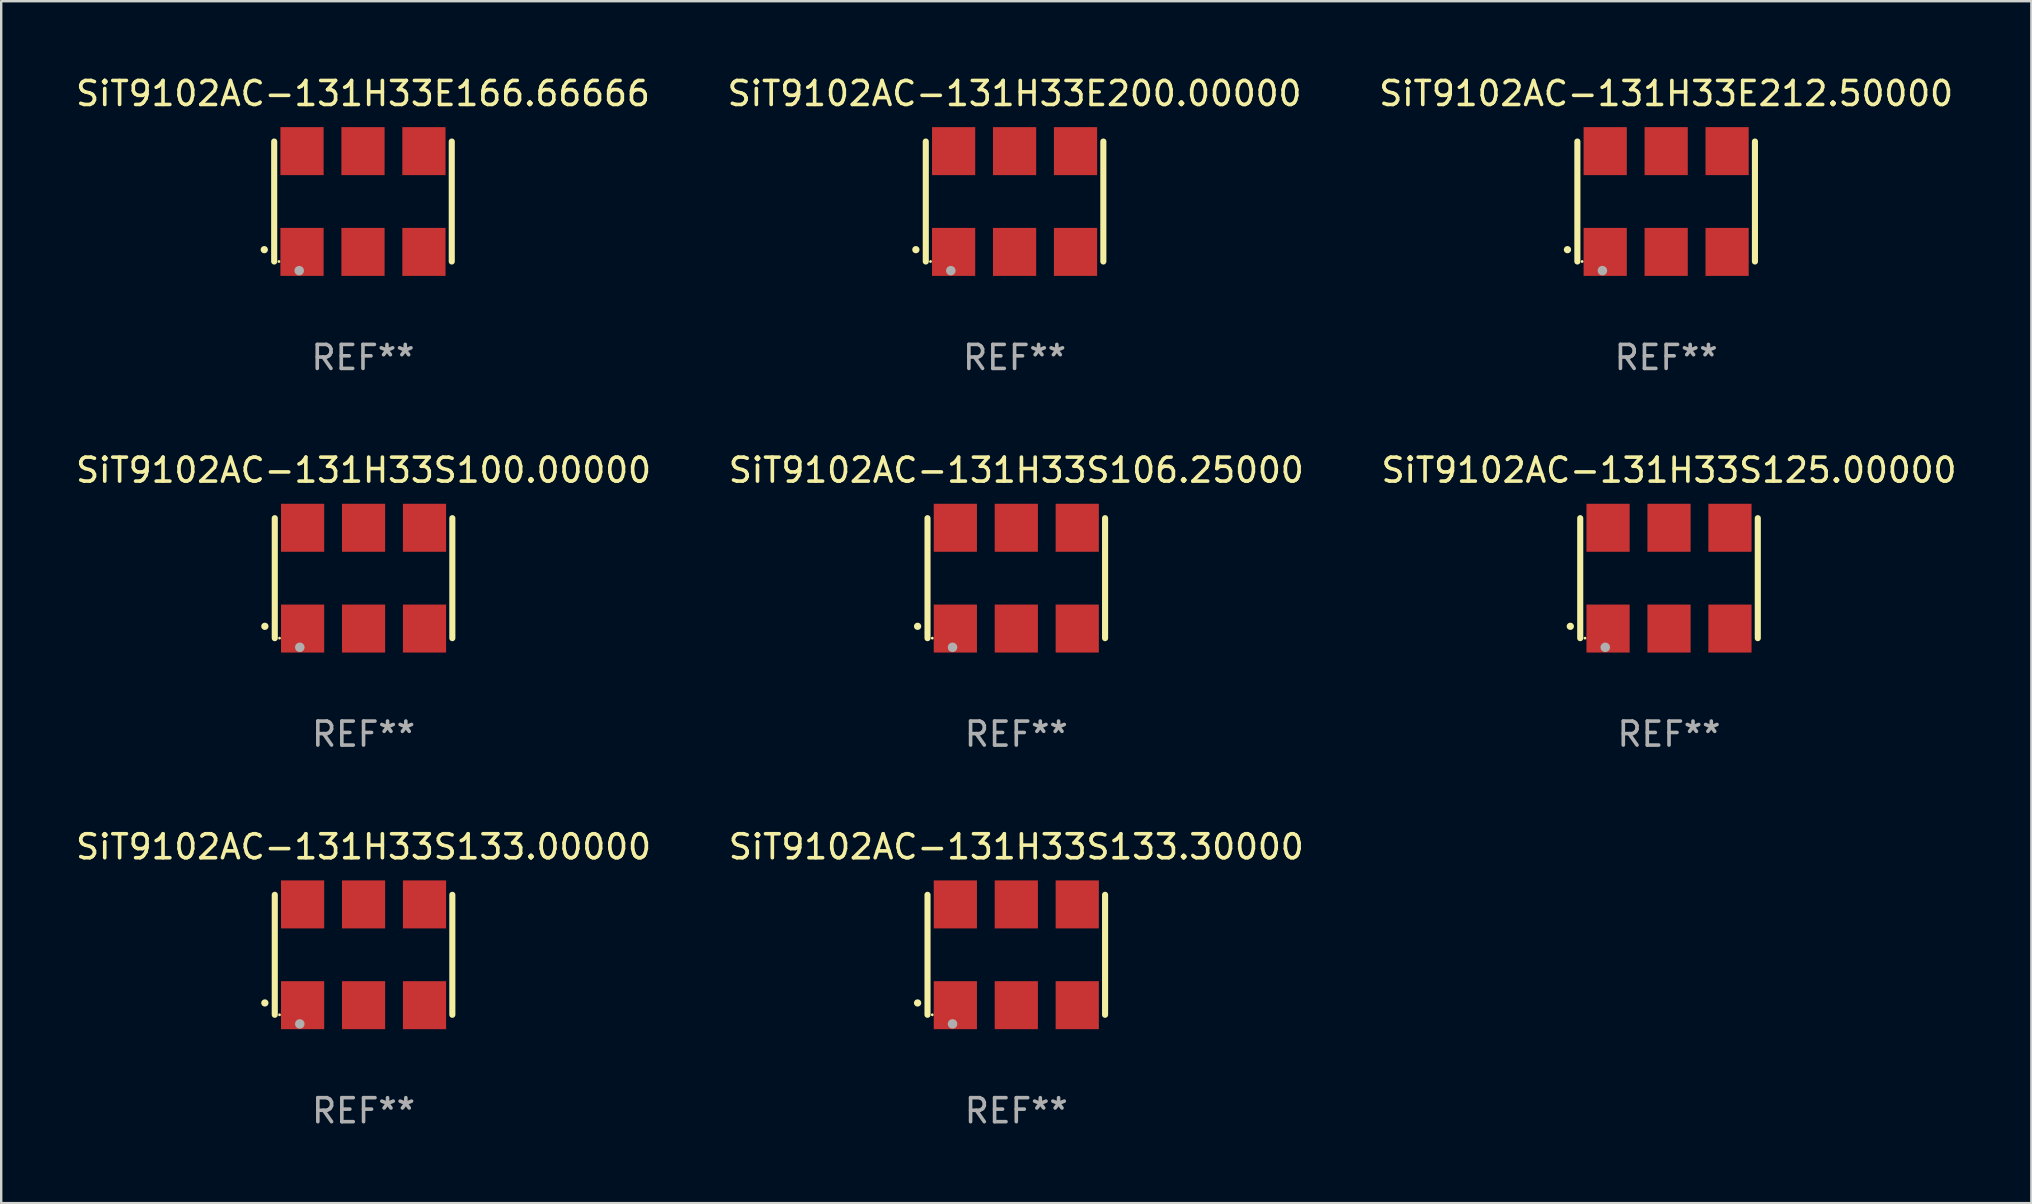
<source format=kicad_pcb>
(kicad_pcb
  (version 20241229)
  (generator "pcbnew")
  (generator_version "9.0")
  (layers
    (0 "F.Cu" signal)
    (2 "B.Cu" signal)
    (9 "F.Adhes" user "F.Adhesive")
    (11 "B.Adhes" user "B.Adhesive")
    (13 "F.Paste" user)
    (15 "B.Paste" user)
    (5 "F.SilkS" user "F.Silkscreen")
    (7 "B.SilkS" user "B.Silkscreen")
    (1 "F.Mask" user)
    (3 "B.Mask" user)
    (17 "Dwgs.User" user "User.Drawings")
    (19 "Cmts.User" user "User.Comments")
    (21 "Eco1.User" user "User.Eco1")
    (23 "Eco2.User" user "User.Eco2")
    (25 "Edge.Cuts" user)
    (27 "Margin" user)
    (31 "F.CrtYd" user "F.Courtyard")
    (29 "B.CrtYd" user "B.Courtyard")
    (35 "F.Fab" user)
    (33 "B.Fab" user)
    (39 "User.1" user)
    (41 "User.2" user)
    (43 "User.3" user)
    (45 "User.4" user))
  (footprint "SiT9102AC-131H33S125.00000"
    (layer "F.Cu")
    (at 66.506 21.045)
    (property "Reference" "SiT9102AC-131H33S125.00000" (at 0 -4.5 0) (layer "F.SilkS") (effects (font (size 1 1) (thickness 0.15))))
    (attr through_hole)
    (fp_line (start -3.7 -2.5) (end -3.7 2.5) (stroke (width 0.254) (type solid)) (layer "F.SilkS"))
    (fp_line (start 3.7 -2.5) (end 3.7 2.5) (stroke (width 0.254) (type solid)) (layer "F.SilkS"))
    (fp_arc (start -4.114415 2.006604) (mid -4.113145 2.006599) (end -4.111875 2.006604) (stroke (width 0.3) (type solid)) (layer "F.SilkS"))
    (fp_circle (center -3.502 2.5) (end -3.472 2.5) (stroke (width 0.06) (type solid)) (fill no) (layer "F.SilkS"))
    (fp_circle (center -2.657 2.882) (end -2.557 2.882) (stroke (width 0.2) (type solid)) (fill no) (layer "F.Fab"))
    (fp_text user "REF**" (at 0 6.5 0) (layer "F.Fab") (effects (font (size 1 1) (thickness 0.15))))
    (pad "1" smd rect (at -2.54 2.1) (size 1.8 2) (layers "F.Cu" "F.Mask" "F.Paste"))
    (pad "2" smd rect (at 0.000394 2.1) (size 1.8 2) (layers "F.Cu" "F.Mask" "F.Paste"))
    (pad "3" smd rect (at 2.54 2.1) (size 1.8 2) (layers "F.Cu" "F.Mask" "F.Paste"))
    (pad "4" smd rect (at 2.54 -2.1) (size 1.8 2) (layers "F.Cu" "F.Mask" "F.Paste"))
    (pad "5" smd rect (at 0.000394 -2.1) (size 1.8 2) (layers "F.Cu" "F.Mask" "F.Paste"))
    (pad "6" smd rect (at -2.54 -2.1) (size 1.8 2) (layers "F.Cu" "F.Mask" "F.Paste")))
  (footprint "SiT9102AC-131H33E166.66666"
    (layer "F.Cu")
    (at 12.077 5.348)
    (property "Reference" "SiT9102AC-131H33E166.66666" (at 0 -4.5 0) (layer "F.SilkS") (effects (font (size 1 1) (thickness 0.15))))
    (attr through_hole)
    (fp_line (start -3.7 -2.5) (end -3.7 2.5) (stroke (width 0.254) (type solid)) (layer "F.SilkS"))
    (fp_line (start 3.7 -2.5) (end 3.7 2.5) (stroke (width 0.254) (type solid)) (layer "F.SilkS"))
    (fp_arc (start -4.114415 2.006604) (mid -4.113145 2.006599) (end -4.111875 2.006604) (stroke (width 0.3) (type solid)) (layer "F.SilkS"))
    (fp_circle (center -3.502 2.5) (end -3.472 2.5) (stroke (width 0.06) (type solid)) (fill no) (layer "F.SilkS"))
    (fp_circle (center -2.657 2.882) (end -2.557 2.882) (stroke (width 0.2) (type solid)) (fill no) (layer "F.Fab"))
    (fp_text user "REF**" (at 0 6.5 0) (layer "F.Fab") (effects (font (size 1 1) (thickness 0.15))))
    (pad "1" smd rect (at -2.54 2.1) (size 1.8 2) (layers "F.Cu" "F.Mask" "F.Paste"))
    (pad "2" smd rect (at 0.000394 2.1) (size 1.8 2) (layers "F.Cu" "F.Mask" "F.Paste"))
    (pad "3" smd rect (at 2.54 2.1) (size 1.8 2) (layers "F.Cu" "F.Mask" "F.Paste"))
    (pad "4" smd rect (at 2.54 -2.1) (size 1.8 2) (layers "F.Cu" "F.Mask" "F.Paste"))
    (pad "5" smd rect (at 0.000394 -2.1) (size 1.8 2) (layers "F.Cu" "F.Mask" "F.Paste"))
    (pad "6" smd rect (at -2.54 -2.1) (size 1.8 2) (layers "F.Cu" "F.Mask" "F.Paste")))
  (footprint "SiT9102AC-131H33S100.00000"
    (layer "F.Cu")
    (at 12.101 21.045)
    (property "Reference" "SiT9102AC-131H33S100.00000" (at 0 -4.5 0) (layer "F.SilkS") (effects (font (size 1 1) (thickness 0.15))))
    (attr through_hole)
    (fp_line (start -3.7 -2.5) (end -3.7 2.5) (stroke (width 0.254) (type solid)) (layer "F.SilkS"))
    (fp_line (start 3.7 -2.5) (end 3.7 2.5) (stroke (width 0.254) (type solid)) (layer "F.SilkS"))
    (fp_arc (start -4.114415 2.006604) (mid -4.113145 2.006599) (end -4.111875 2.006604) (stroke (width 0.3) (type solid)) (layer "F.SilkS"))
    (fp_circle (center -3.502 2.5) (end -3.472 2.5) (stroke (width 0.06) (type solid)) (fill no) (layer "F.SilkS"))
    (fp_circle (center -2.657 2.882) (end -2.557 2.882) (stroke (width 0.2) (type solid)) (fill no) (layer "F.Fab"))
    (fp_text user "REF**" (at 0 6.5 0) (layer "F.Fab") (effects (font (size 1 1) (thickness 0.15))))
    (pad "1" smd rect (at -2.54 2.1) (size 1.8 2) (layers "F.Cu" "F.Mask" "F.Paste"))
    (pad "2" smd rect (at 0.000394 2.1) (size 1.8 2) (layers "F.Cu" "F.Mask" "F.Paste"))
    (pad "3" smd rect (at 2.54 2.1) (size 1.8 2) (layers "F.Cu" "F.Mask" "F.Paste"))
    (pad "4" smd rect (at 2.54 -2.1) (size 1.8 2) (layers "F.Cu" "F.Mask" "F.Paste"))
    (pad "5" smd rect (at 0.000394 -2.1) (size 1.8 2) (layers "F.Cu" "F.Mask" "F.Paste"))
    (pad "6" smd rect (at -2.54 -2.1) (size 1.8 2) (layers "F.Cu" "F.Mask" "F.Paste")))
  (footprint "SiT9102AC-131H33E200.00000"
    (layer "F.Cu")
    (at 39.232 5.348)
    (property "Reference" "SiT9102AC-131H33E200.00000" (at 0 -4.5 0) (layer "F.SilkS") (effects (font (size 1 1) (thickness 0.15))))
    (attr through_hole)
    (fp_line (start -3.7 -2.5) (end -3.7 2.5) (stroke (width 0.254) (type solid)) (layer "F.SilkS"))
    (fp_line (start 3.7 -2.5) (end 3.7 2.5) (stroke (width 0.254) (type solid)) (layer "F.SilkS"))
    (fp_arc (start -4.114415 2.006604) (mid -4.113145 2.006599) (end -4.111875 2.006604) (stroke (width 0.3) (type solid)) (layer "F.SilkS"))
    (fp_circle (center -3.502 2.5) (end -3.472 2.5) (stroke (width 0.06) (type solid)) (fill no) (layer "F.SilkS"))
    (fp_circle (center -2.657 2.882) (end -2.557 2.882) (stroke (width 0.2) (type solid)) (fill no) (layer "F.Fab"))
    (fp_text user "REF**" (at 0 6.5 0) (layer "F.Fab") (effects (font (size 1 1) (thickness 0.15))))
    (pad "1" smd rect (at -2.54 2.1) (size 1.8 2) (layers "F.Cu" "F.Mask" "F.Paste"))
    (pad "2" smd rect (at 0.000394 2.1) (size 1.8 2) (layers "F.Cu" "F.Mask" "F.Paste"))
    (pad "3" smd rect (at 2.54 2.1) (size 1.8 2) (layers "F.Cu" "F.Mask" "F.Paste"))
    (pad "4" smd rect (at 2.54 -2.1) (size 1.8 2) (layers "F.Cu" "F.Mask" "F.Paste"))
    (pad "5" smd rect (at 0.000394 -2.1) (size 1.8 2) (layers "F.Cu" "F.Mask" "F.Paste"))
    (pad "6" smd rect (at -2.54 -2.1) (size 1.8 2) (layers "F.Cu" "F.Mask" "F.Paste")))
  (footprint "SiT9102AC-131H33S106.25000"
    (layer "F.Cu")
    (at 39.304 21.045)
    (property "Reference" "SiT9102AC-131H33S106.25000" (at 0 -4.5 0) (layer "F.SilkS") (effects (font (size 1 1) (thickness 0.15))))
    (attr through_hole)
    (fp_line (start -3.7 -2.5) (end -3.7 2.5) (stroke (width 0.254) (type solid)) (layer "F.SilkS"))
    (fp_line (start 3.7 -2.5) (end 3.7 2.5) (stroke (width 0.254) (type solid)) (layer "F.SilkS"))
    (fp_arc (start -4.114415 2.006604) (mid -4.113145 2.006599) (end -4.111875 2.006604) (stroke (width 0.3) (type solid)) (layer "F.SilkS"))
    (fp_circle (center -3.502 2.5) (end -3.472 2.5) (stroke (width 0.06) (type solid)) (fill no) (layer "F.SilkS"))
    (fp_circle (center -2.657 2.882) (end -2.557 2.882) (stroke (width 0.2) (type solid)) (fill no) (layer "F.Fab"))
    (fp_text user "REF**" (at 0 6.5 0) (layer "F.Fab") (effects (font (size 1 1) (thickness 0.15))))
    (pad "1" smd rect (at -2.54 2.1) (size 1.8 2) (layers "F.Cu" "F.Mask" "F.Paste"))
    (pad "2" smd rect (at 0.000394 2.1) (size 1.8 2) (layers "F.Cu" "F.Mask" "F.Paste"))
    (pad "3" smd rect (at 2.54 2.1) (size 1.8 2) (layers "F.Cu" "F.Mask" "F.Paste"))
    (pad "4" smd rect (at 2.54 -2.1) (size 1.8 2) (layers "F.Cu" "F.Mask" "F.Paste"))
    (pad "5" smd rect (at 0.000394 -2.1) (size 1.8 2) (layers "F.Cu" "F.Mask" "F.Paste"))
    (pad "6" smd rect (at -2.54 -2.1) (size 1.8 2) (layers "F.Cu" "F.Mask" "F.Paste")))
  (footprint "SiT9102AC-131H33S133.00000"
    (layer "F.Cu")
    (at 12.101 36.741)
    (property "Reference" "SiT9102AC-131H33S133.00000" (at 0 -4.5 0) (layer "F.SilkS") (effects (font (size 1 1) (thickness 0.15))))
    (attr through_hole)
    (fp_line (start -3.7 -2.5) (end -3.7 2.5) (stroke (width 0.254) (type solid)) (layer "F.SilkS"))
    (fp_line (start 3.7 -2.5) (end 3.7 2.5) (stroke (width 0.254) (type solid)) (layer "F.SilkS"))
    (fp_arc (start -4.114415 2.006604) (mid -4.113145 2.006599) (end -4.111875 2.006604) (stroke (width 0.3) (type solid)) (layer "F.SilkS"))
    (fp_circle (center -3.502 2.5) (end -3.472 2.5) (stroke (width 0.06) (type solid)) (fill no) (layer "F.SilkS"))
    (fp_circle (center -2.657 2.882) (end -2.557 2.882) (stroke (width 0.2) (type solid)) (fill no) (layer "F.Fab"))
    (fp_text user "REF**" (at 0 6.5 0) (layer "F.Fab") (effects (font (size 1 1) (thickness 0.15))))
    (pad "1" smd rect (at -2.54 2.1) (size 1.8 2) (layers "F.Cu" "F.Mask" "F.Paste"))
    (pad "2" smd rect (at 0.000394 2.1) (size 1.8 2) (layers "F.Cu" "F.Mask" "F.Paste"))
    (pad "3" smd rect (at 2.54 2.1) (size 1.8 2) (layers "F.Cu" "F.Mask" "F.Paste"))
    (pad "4" smd rect (at 2.54 -2.1) (size 1.8 2) (layers "F.Cu" "F.Mask" "F.Paste"))
    (pad "5" smd rect (at 0.000394 -2.1) (size 1.8 2) (layers "F.Cu" "F.Mask" "F.Paste"))
    (pad "6" smd rect (at -2.54 -2.1) (size 1.8 2) (layers "F.Cu" "F.Mask" "F.Paste")))
  (footprint "SiT9102AC-131H33E212.50000"
    (layer "F.Cu")
    (at 66.387 5.348)
    (property "Reference" "SiT9102AC-131H33E212.50000" (at 0 -4.5 0) (layer "F.SilkS") (effects (font (size 1 1) (thickness 0.15))))
    (attr through_hole)
    (fp_line (start -3.7 -2.5) (end -3.7 2.5) (stroke (width 0.254) (type solid)) (layer "F.SilkS"))
    (fp_line (start 3.7 -2.5) (end 3.7 2.5) (stroke (width 0.254) (type solid)) (layer "F.SilkS"))
    (fp_arc (start -4.114415 2.006604) (mid -4.113145 2.006599) (end -4.111875 2.006604) (stroke (width 0.3) (type solid)) (layer "F.SilkS"))
    (fp_circle (center -3.502 2.5) (end -3.472 2.5) (stroke (width 0.06) (type solid)) (fill no) (layer "F.SilkS"))
    (fp_circle (center -2.657 2.882) (end -2.557 2.882) (stroke (width 0.2) (type solid)) (fill no) (layer "F.Fab"))
    (fp_text user "REF**" (at 0 6.5 0) (layer "F.Fab") (effects (font (size 1 1) (thickness 0.15))))
    (pad "1" smd rect (at -2.54 2.1) (size 1.8 2) (layers "F.Cu" "F.Mask" "F.Paste"))
    (pad "2" smd rect (at 0.000394 2.1) (size 1.8 2) (layers "F.Cu" "F.Mask" "F.Paste"))
    (pad "3" smd rect (at 2.54 2.1) (size 1.8 2) (layers "F.Cu" "F.Mask" "F.Paste"))
    (pad "4" smd rect (at 2.54 -2.1) (size 1.8 2) (layers "F.Cu" "F.Mask" "F.Paste"))
    (pad "5" smd rect (at 0.000394 -2.1) (size 1.8 2) (layers "F.Cu" "F.Mask" "F.Paste"))
    (pad "6" smd rect (at -2.54 -2.1) (size 1.8 2) (layers "F.Cu" "F.Mask" "F.Paste")))
  (footprint "SiT9102AC-131H33S133.30000"
    (layer "F.Cu")
    (at 39.304 36.741)
    (property "Reference" "SiT9102AC-131H33S133.30000" (at 0 -4.5 0) (layer "F.SilkS") (effects (font (size 1 1) (thickness 0.15))))
    (attr through_hole)
    (fp_line (start -3.7 -2.5) (end -3.7 2.5) (stroke (width 0.254) (type solid)) (layer "F.SilkS"))
    (fp_line (start 3.7 -2.5) (end 3.7 2.5) (stroke (width 0.254) (type solid)) (layer "F.SilkS"))
    (fp_arc (start -4.114415 2.006604) (mid -4.113145 2.006599) (end -4.111875 2.006604) (stroke (width 0.3) (type solid)) (layer "F.SilkS"))
    (fp_circle (center -3.502 2.5) (end -3.472 2.5) (stroke (width 0.06) (type solid)) (fill no) (layer "F.SilkS"))
    (fp_circle (center -2.657 2.882) (end -2.557 2.882) (stroke (width 0.2) (type solid)) (fill no) (layer "F.Fab"))
    (fp_text user "REF**" (at 0 6.5 0) (layer "F.Fab") (effects (font (size 1 1) (thickness 0.15))))
    (pad "1" smd rect (at -2.54 2.1) (size 1.8 2) (layers "F.Cu" "F.Mask" "F.Paste"))
    (pad "2" smd rect (at 0.000394 2.1) (size 1.8 2) (layers "F.Cu" "F.Mask" "F.Paste"))
    (pad "3" smd rect (at 2.54 2.1) (size 1.8 2) (layers "F.Cu" "F.Mask" "F.Paste"))
    (pad "4" smd rect (at 2.54 -2.1) (size 1.8 2) (layers "F.Cu" "F.Mask" "F.Paste"))
    (pad "5" smd rect (at 0.000394 -2.1) (size 1.8 2) (layers "F.Cu" "F.Mask" "F.Paste"))
    (pad "6" smd rect (at -2.54 -2.1) (size 1.8 2) (layers "F.Cu" "F.Mask" "F.Paste")))
  (gr_rect
    (start -3 -3)
    (end 81.607 47.09)
    (stroke (width 0.1) (type default))
    (fill no)
    (layer "Edge.Cuts")))
</source>
